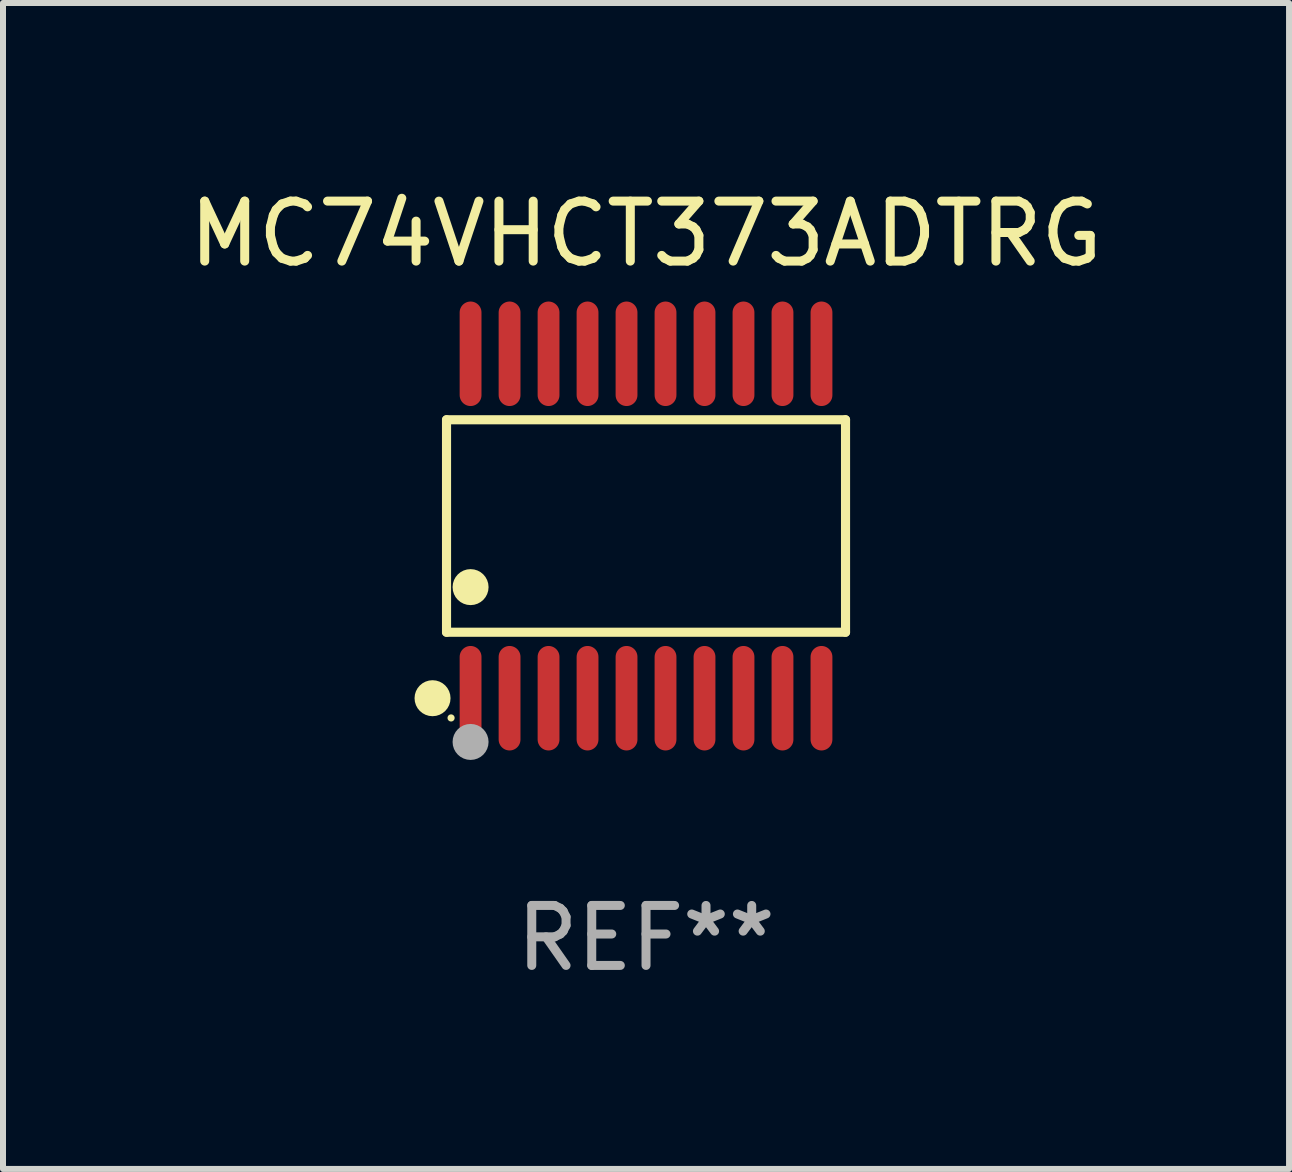
<source format=kicad_pcb>
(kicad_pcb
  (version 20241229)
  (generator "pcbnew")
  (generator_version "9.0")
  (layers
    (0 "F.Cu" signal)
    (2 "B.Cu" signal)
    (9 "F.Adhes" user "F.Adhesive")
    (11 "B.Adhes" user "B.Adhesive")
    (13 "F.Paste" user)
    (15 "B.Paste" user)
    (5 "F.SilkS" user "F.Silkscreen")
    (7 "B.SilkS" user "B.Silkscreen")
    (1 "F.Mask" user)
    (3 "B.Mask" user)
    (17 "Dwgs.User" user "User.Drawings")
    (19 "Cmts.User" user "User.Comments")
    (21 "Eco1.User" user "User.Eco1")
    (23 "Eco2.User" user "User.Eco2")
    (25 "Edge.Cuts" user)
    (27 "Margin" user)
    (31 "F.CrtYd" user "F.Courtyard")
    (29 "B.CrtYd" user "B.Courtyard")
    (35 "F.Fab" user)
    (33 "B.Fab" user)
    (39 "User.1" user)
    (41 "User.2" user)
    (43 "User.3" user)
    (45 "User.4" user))
  (footprint "MC74VHCT373ADTRG"
    (layer "F.Cu")
    (at 7.72 5.719)
    (property "Reference" "MC74VHCT373ADTRG" (at 0 -4.871 0) (layer "F.SilkS") (effects (font (size 1 1) (thickness 0.15))))
    (attr through_hole)
    (fp_line (start -3.326 -1.771) (end 3.326 -1.771) (stroke (width 0.152) (type solid)) (layer "F.SilkS"))
    (fp_line (start -3.326 1.771) (end -3.326 -1.771) (stroke (width 0.152) (type solid)) (layer "F.SilkS"))
    (fp_line (start 3.326 -1.771) (end 3.326 1.771) (stroke (width 0.152) (type solid)) (layer "F.SilkS"))
    (fp_line (start 3.326 1.771) (end -3.326 1.771) (stroke (width 0.152) (type solid)) (layer "F.SilkS"))
    (fp_circle (center -3.559 2.871) (end -3.409 2.871) (stroke (width 0.3) (type solid)) (fill no) (layer "F.SilkS"))
    (fp_circle (center -3.25 3.2) (end -3.22 3.2) (stroke (width 0.06) (type solid)) (fill no) (layer "F.SilkS"))
    (fp_circle (center -2.925 1.019) (end -2.775 1.019) (stroke (width 0.3) (type solid)) (fill no) (layer "F.SilkS"))
    (fp_circle (center -2.925 3.6) (end -2.775 3.6) (stroke (width 0.3) (type solid)) (fill no) (layer "F.Fab"))
    (fp_text user "REF**" (at 0 6.871 0) (layer "F.Fab") (effects (font (size 1 1) (thickness 0.15))))
    (pad "1" smd oval (at -2.925 2.871) (size 0.364 1.742) (layers "F.Cu" "F.Mask" "F.Paste"))
    (pad "2" smd oval (at -2.275 2.871) (size 0.364 1.742) (layers "F.Cu" "F.Mask" "F.Paste"))
    (pad "3" smd oval (at -1.625 2.871) (size 0.364 1.742) (layers "F.Cu" "F.Mask" "F.Paste"))
    (pad "4" smd oval (at -0.975 2.871) (size 0.364 1.742) (layers "F.Cu" "F.Mask" "F.Paste"))
    (pad "5" smd oval (at -0.325 2.871) (size 0.364 1.742) (layers "F.Cu" "F.Mask" "F.Paste"))
    (pad "6" smd oval (at 0.325 2.871) (size 0.364 1.742) (layers "F.Cu" "F.Mask" "F.Paste"))
    (pad "7" smd oval (at 0.975 2.871) (size 0.364 1.742) (layers "F.Cu" "F.Mask" "F.Paste"))
    (pad "8" smd oval (at 1.625 2.871) (size 0.364 1.742) (layers "F.Cu" "F.Mask" "F.Paste"))
    (pad "9" smd oval (at 2.275 2.871) (size 0.364 1.742) (layers "F.Cu" "F.Mask" "F.Paste"))
    (pad "10" smd oval (at 2.925 2.871) (size 0.364 1.742) (layers "F.Cu" "F.Mask" "F.Paste"))
    (pad "11" smd oval (at 2.925 -2.871) (size 0.364 1.742) (layers "F.Cu" "F.Mask" "F.Paste"))
    (pad "12" smd oval (at 2.275 -2.871) (size 0.364 1.742) (layers "F.Cu" "F.Mask" "F.Paste"))
    (pad "13" smd oval (at 1.625 -2.871) (size 0.364 1.742) (layers "F.Cu" "F.Mask" "F.Paste"))
    (pad "14" smd oval (at 0.975 -2.871) (size 0.364 1.742) (layers "F.Cu" "F.Mask" "F.Paste"))
    (pad "15" smd oval (at 0.325 -2.871) (size 0.364 1.742) (layers "F.Cu" "F.Mask" "F.Paste"))
    (pad "16" smd oval (at -0.325 -2.871) (size 0.364 1.742) (layers "F.Cu" "F.Mask" "F.Paste"))
    (pad "17" smd oval (at -0.975 -2.871) (size 0.364 1.742) (layers "F.Cu" "F.Mask" "F.Paste"))
    (pad "18" smd oval (at -1.625 -2.871) (size 0.364 1.742) (layers "F.Cu" "F.Mask" "F.Paste"))
    (pad "19" smd oval (at -2.275 -2.871) (size 0.364 1.742) (layers "F.Cu" "F.Mask" "F.Paste"))
    (pad "20" smd oval (at -2.925 -2.871) (size 0.364 1.742) (layers "F.Cu" "F.Mask" "F.Paste")))
  (gr_rect
    (start -3 -3)
    (end 18.44 16.438)
    (stroke (width 0.1) (type default))
    (fill no)
    (layer "Edge.Cuts")))
</source>
